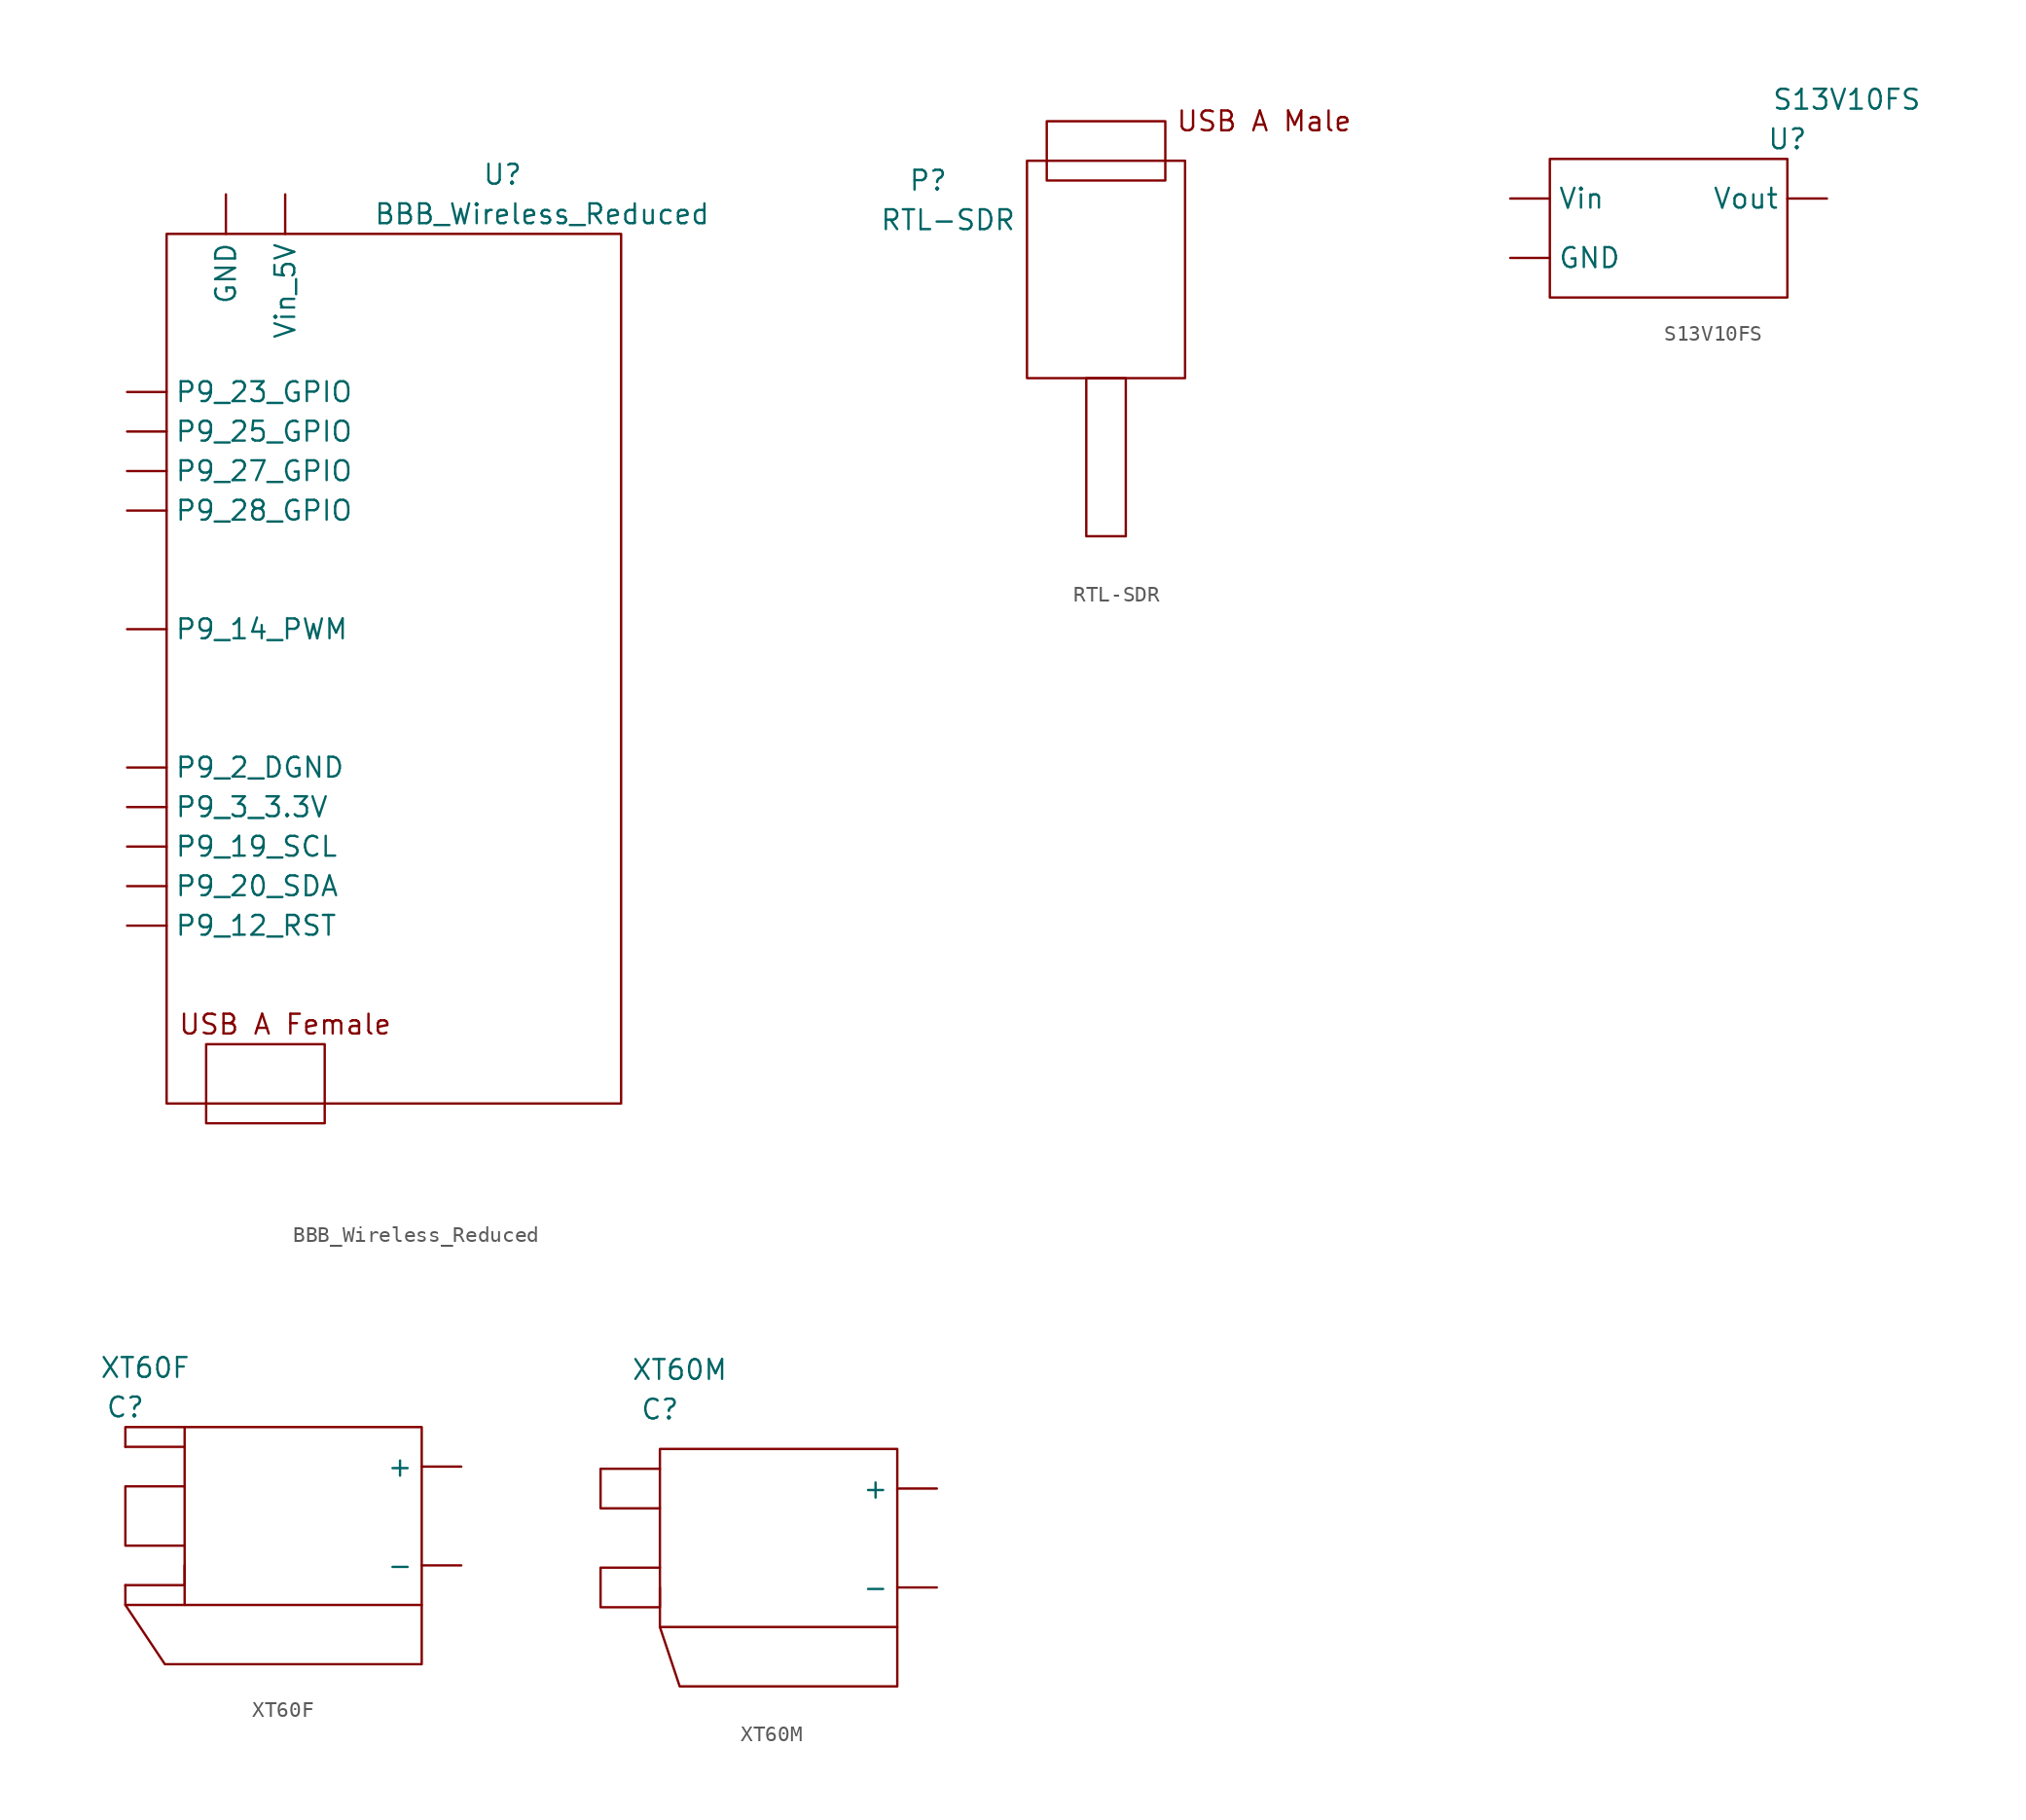
<source format=kicad_sym>
(kicad_symbol_lib
  (version 20211014)
  (generator kicad_symbol_editor)
  (symbol "BBB_Wireless_Reduced"
    (property "Reference" "U"
      (at 21.59 3.81 0)
      (effects (font (size 1.27 1.27))))
    (property "Value" "BBB_Wireless_Reduced"
      (at 24.13 1.27 0)
      (effects (font (size 1.27 1.27))))
    (symbol "BBB_Wireless_Reduced_0_0"
      (text "USB A Female" (at 7.62 -50.8 0) (effects (font (size 1.27 1.27)))))
    (symbol "BBB_Wireless_Reduced_0_1"
      (rectangle (start 0 0) (end 29.21 -55.88) (stroke (width 0) (type default) (color 0 0 0 0)) (fill (type none)))
      (rectangle (start 2.54 -57.15) (end 10.16 -52.07) (stroke (width 0) (type default) (color 0 0 0 0)) (fill (type none))))
    (symbol "BBB_Wireless_Reduced_1_1"
      (pin power_in line (at 3.81 2.54 270) (length 2.54) (name "GND" (effects (font (size 1.27 1.27)))) (number "" (effects (font (size 1.27 1.27)))))
      (pin output line (at -2.54 -44.45 0) (length 2.54) (name "P9_12_RST" (effects (font (size 1.27 1.27)))) (number "" (effects (font (size 1.27 1.27)))))
      (pin output line (at -2.54 -25.4 0) (length 2.54) (name "P9_14_PWM" (effects (font (size 1.27 1.27)))) (number "" (effects (font (size 1.27 1.27)))))
      (pin output line (at -2.54 -39.37 0) (length 2.54) (name "P9_19_SCL" (effects (font (size 1.27 1.27)))) (number "" (effects (font (size 1.27 1.27)))))
      (pin bidirectional line (at -2.54 -41.91 0) (length 2.54) (name "P9_20_SDA" (effects (font (size 1.27 1.27)))) (number "" (effects (font (size 1.27 1.27)))))
      (pin output line (at -2.54 -10.16 0) (length 2.54) (name "P9_23_GPIO" (effects (font (size 1.27 1.27)))) (number "" (effects (font (size 1.27 1.27)))))
      (pin output line (at -2.54 -12.7 0) (length 2.54) (name "P9_25_GPIO" (effects (font (size 1.27 1.27)))) (number "" (effects (font (size 1.27 1.27)))))
      (pin output line (at -2.54 -15.24 0) (length 2.54) (name "P9_27_GPIO" (effects (font (size 1.27 1.27)))) (number "" (effects (font (size 1.27 1.27)))))
      (pin output line (at -2.54 -17.78 0) (length 2.54) (name "P9_28_GPIO" (effects (font (size 1.27 1.27)))) (number "" (effects (font (size 1.27 1.27)))))
      (pin power_out line (at -2.54 -34.29 0) (length 2.54) (name "P9_2_DGND" (effects (font (size 1.27 1.27)))) (number "" (effects (font (size 1.27 1.27)))))
      (pin power_out line (at -2.54 -36.83 0) (length 2.54) (name "P9_3_3.3V" (effects (font (size 1.27 1.27)))) (number "" (effects (font (size 1.27 1.27)))))
      (pin power_in line (at 7.62 2.54 270) (length 2.54) (name "Vin_5V" (effects (font (size 1.27 1.27)))) (number "" (effects (font (size 1.27 1.27)))))))
  (symbol "RTL-SDR"
    (property "Reference" "P"
      (at -6.35 -1.27 0)
      (effects (font (size 1.27 1.27))))
    (property "Value" "RTL-SDR"
      (at -5.08 -3.81 0)
      (effects (font (size 1.27 1.27))))
    (symbol "RTL-SDR_0_0"
      (text "USB A Male" (at 15.24 2.54 0) (effects (font (size 1.27 1.27)))))
    (symbol "RTL-SDR_0_1"
      (rectangle (start 0 0) (end 10.16 -13.97) (stroke (width 0) (type default) (color 0 0 0 0)) (fill (type none)))
      (rectangle (start 1.27 2.54) (end 8.89 -1.27) (stroke (width 0) (type default) (color 0 0 0 0)) (fill (type none)))
      (rectangle (start 3.81 -13.97) (end 6.35 -24.13) (stroke (width 0) (type default) (color 0 0 0 0)) (fill (type none)))))
  (symbol "S13V10FS"
    (property "Reference" "U"
      (at 0 1.27 0)
      (effects (font (size 1.27 1.27))))
    (property "Value" "S13V10FS"
      (at 3.81 3.81 0)
      (effects (font (size 1.27 1.27))))
    (symbol "S13V10FS_0_1"
      (rectangle (start -15.24 0) (end 0 -8.89) (stroke (width 0) (type default) (color 0 0 0 0)) (fill (type none))))
    (symbol "S13V10FS_1_1"
      (pin power_in line (at -17.78 -6.35 0) (length 2.54) (name "GND" (effects (font (size 1.27 1.27)))) (number "" (effects (font (size 1.27 1.27)))))
      (pin power_in line (at -17.78 -2.54 0) (length 2.54) (name "Vin" (effects (font (size 1.27 1.27)))) (number "" (effects (font (size 1.27 1.27)))))
      (pin power_out line (at 2.54 -2.54 180) (length 2.54) (name "Vout" (effects (font (size 1.27 1.27)))) (number "" (effects (font (size 1.27 1.27)))))))
  (symbol "XT60F"
    (property "Reference" "C"
      (at 0 0 0)
      (effects (font (size 1.27 1.27))))
    (property "Value" "XT60F"
      (at 1.27 2.54 0)
      (effects (font (size 1.27 1.27))))
    (symbol "XT60F_0_0"
      (polyline (pts (xy 0 -12.7) (xy 2.54 -16.51) (xy 19.05 -16.51) (xy 19.05 -12.7)) (stroke (width 0) (type default) (color 0 0 0 0)) (fill (type none))))
    (symbol "XT60F_0_1"
      (polyline (pts (xy 3.81 -2.54) (xy 0 -2.54)) (stroke (width 0) (type default) (color 0 0 0 0)) (fill (type none)))
      (polyline (pts (xy 0 -11.43) (xy 3.81 -11.43) (xy 3.81 -10.16)) (stroke (width 0) (type default) (color 0 0 0 0)) (fill (type none)))
      (polyline (pts (xy 3.81 -12.7) (xy 0 -12.7) (xy 0 -11.43)) (stroke (width 0) (type default) (color 0 0 0 0)) (fill (type none)))
      (polyline (pts (xy 3.81 -1.27) (xy 0 -1.27) (xy 0 -2.54)) (stroke (width 0) (type default) (color 0 0 0 0)) (fill (type none)))
      (polyline (pts (xy 3.81 -8.89) (xy 0 -8.89) (xy 0 -5.08) (xy 3.81 -5.08)) (stroke (width 0) (type default) (color 0 0 0 0)) (fill (type none)))
      (rectangle (start 3.81 -1.27) (end 19.05 -12.7) (stroke (width 0) (type default) (color 0 0 0 0)) (fill (type none))))
    (symbol "XT60F_1_1"
      (pin power_out line (at 21.59 -3.81 180) (length 2.54) (name "+" (effects (font (size 1.27 1.27)))) (number "" (effects (font (size 1.27 1.27)))))
      (pin power_out line (at 21.59 -10.16 180) (length 2.54) (name "-" (effects (font (size 1.27 1.27)))) (number "" (effects (font (size 1.27 1.27)))))))
  (symbol "XT60M"
    (property "Reference" "C"
      (at 0 0 0)
      (effects (font (size 1.27 1.27))))
    (property "Value" "XT60M"
      (at 1.27 2.54 0)
      (effects (font (size 1.27 1.27))))
    (symbol "XT60M_0_0"
      (polyline (pts (xy 0 -13.97) (xy 1.27 -17.78) (xy 15.24 -17.78) (xy 15.24 -13.97)) (stroke (width 0) (type default) (color 0 0 0 0)) (fill (type none))))
    (symbol "XT60M_0_1"
      (rectangle (start 0 -2.54) (end 15.24 -13.97) (stroke (width 0) (type default) (color 0 0 0 0)) (fill (type none)))
      (polyline (pts (xy 0 -3.81) (xy -3.81 -3.81) (xy -3.81 -6.35) (xy 0 -6.35)) (stroke (width 0) (type default) (color 0 0 0 0)) (fill (type none)))
      (polyline (pts (xy 0 -10.16) (xy -3.81 -10.16) (xy -3.81 -12.7) (xy 0 -12.7) (xy 0 -11.43)) (stroke (width 0) (type default) (color 0 0 0 0)) (fill (type none))))
    (symbol "XT60M_1_1"
      (pin power_out line (at 17.78 -5.08 180) (length 2.54) (name "+" (effects (font (size 1.27 1.27)))) (number "" (effects (font (size 1.27 1.27)))))
      (pin power_out line (at 17.78 -11.43 180) (length 2.54) (name "-" (effects (font (size 1.27 1.27)))) (number "" (effects (font (size 1.27 1.27))))))))
</source>
